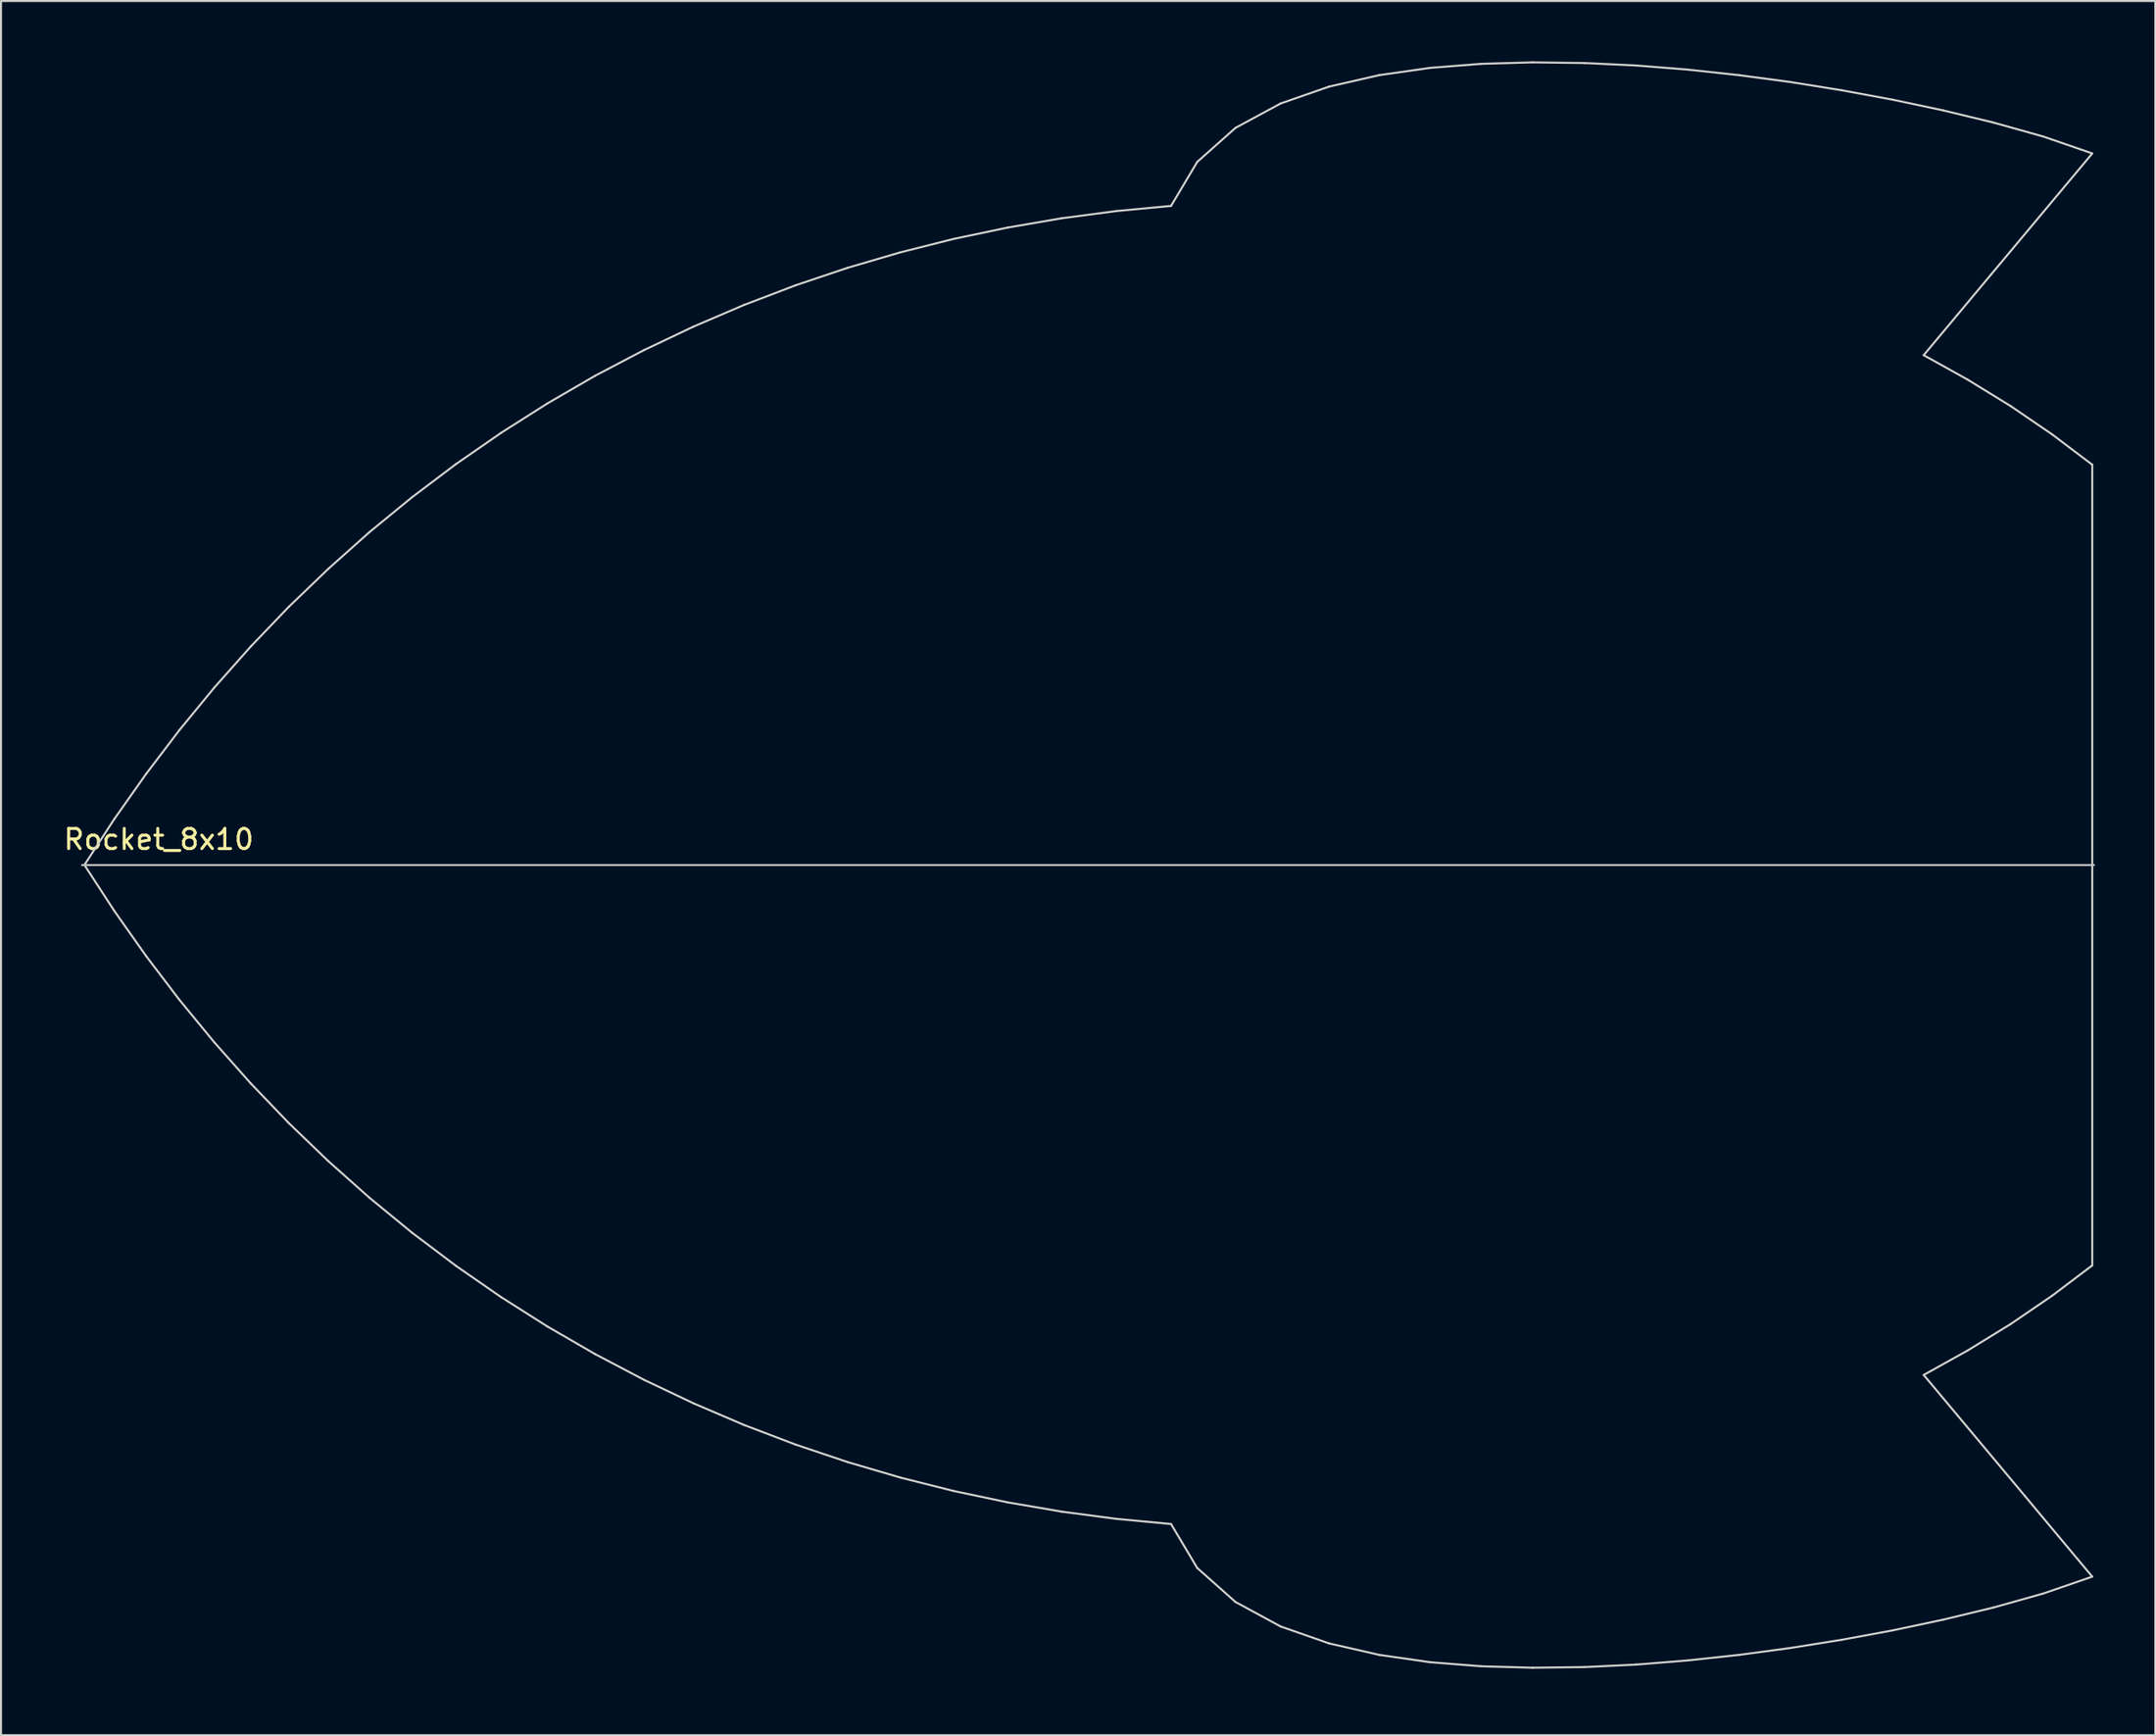
<source format=kicad_pcb>
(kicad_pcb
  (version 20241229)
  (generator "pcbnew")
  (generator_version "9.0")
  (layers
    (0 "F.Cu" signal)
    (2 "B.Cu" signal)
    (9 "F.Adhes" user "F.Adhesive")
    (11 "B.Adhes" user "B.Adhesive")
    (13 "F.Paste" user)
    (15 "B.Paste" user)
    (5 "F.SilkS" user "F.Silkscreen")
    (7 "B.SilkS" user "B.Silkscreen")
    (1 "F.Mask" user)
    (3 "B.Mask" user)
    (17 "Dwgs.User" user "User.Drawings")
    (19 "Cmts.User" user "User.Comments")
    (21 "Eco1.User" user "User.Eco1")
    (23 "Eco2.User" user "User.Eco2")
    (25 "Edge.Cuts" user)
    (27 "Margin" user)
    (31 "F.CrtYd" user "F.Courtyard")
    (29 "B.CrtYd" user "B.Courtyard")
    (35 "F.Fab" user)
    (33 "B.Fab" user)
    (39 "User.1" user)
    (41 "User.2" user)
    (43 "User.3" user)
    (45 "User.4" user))
  (footprint "Rocket_8x10"
    (layer "F.Cu")
    (at 1.029 79.948)
    (property "Reference" "Rocket_8x10" (at 3.81 -41.275 0) (layer "F.SilkS") (effects (font (size 1 1) (thickness 0.15))))
    (attr exclude_from_pos_files exclude_from_bom)
    (fp_line (start 0 -40) (end 100 -40) (stroke (width 0.1) (type solid)) (layer "Dwgs.User"))
    (fp_line (start 0.117 -40.005) (end 1.608 -37.714) (stroke (width 0.1) (type solid)) (layer "Edge.Cuts"))
    (fp_line (start 1.608 -42.296) (end 0.117 -40.005) (stroke (width 0.1) (type solid)) (layer "Edge.Cuts"))
    (fp_line (start 1.608 -37.714) (end 3.183 -35.479) (stroke (width 0.1) (type solid)) (layer "Edge.Cuts"))
    (fp_line (start 3.183 -44.529) (end 1.608 -42.296) (stroke (width 0.1) (type solid)) (layer "Edge.Cuts"))
    (fp_line (start 3.183 -35.479) (end 4.836 -33.304) (stroke (width 0.1) (type solid)) (layer "Edge.Cuts"))
    (fp_line (start 4.836 -46.706) (end 3.183 -44.529) (stroke (width 0.1) (type solid)) (layer "Edge.Cuts"))
    (fp_line (start 4.836 -33.304) (end 6.571 -31.191) (stroke (width 0.1) (type solid)) (layer "Edge.Cuts"))
    (fp_line (start 6.571 -48.819) (end 4.836 -46.706) (stroke (width 0.1) (type solid)) (layer "Edge.Cuts"))
    (fp_line (start 6.571 -31.191) (end 8.385 -29.146) (stroke (width 0.1) (type solid)) (layer "Edge.Cuts"))
    (fp_line (start 8.385 -50.864) (end 6.571 -48.819) (stroke (width 0.1) (type solid)) (layer "Edge.Cuts"))
    (fp_line (start 8.385 -29.146) (end 10.277 -27.173) (stroke (width 0.1) (type solid)) (layer "Edge.Cuts"))
    (fp_line (start 10.277 -52.837) (end 8.385 -50.864) (stroke (width 0.1) (type solid)) (layer "Edge.Cuts"))
    (fp_line (start 10.277 -27.173) (end 12.248 -25.276) (stroke (width 0.1) (type solid)) (layer "Edge.Cuts"))
    (fp_line (start 12.248 -54.732) (end 10.277 -52.837) (stroke (width 0.1) (type solid)) (layer "Edge.Cuts"))
    (fp_line (start 12.248 -25.276) (end 14.29 -23.459) (stroke (width 0.1) (type solid)) (layer "Edge.Cuts"))
    (fp_line (start 14.287 -56.551) (end 12.248 -54.732) (stroke (width 0.1) (type solid)) (layer "Edge.Cuts"))
    (fp_line (start 14.29 -23.459) (end 16.401 -21.727) (stroke (width 0.1) (type solid)) (layer "Edge.Cuts"))
    (fp_line (start 16.401 -58.283) (end 14.287 -56.551) (stroke (width 0.1) (type solid)) (layer "Edge.Cuts"))
    (fp_line (start 16.401 -21.727) (end 18.585 -20.079) (stroke (width 0.1) (type solid)) (layer "Edge.Cuts"))
    (fp_line (start 18.583 -59.929) (end 16.401 -58.283) (stroke (width 0.1) (type solid)) (layer "Edge.Cuts"))
    (fp_line (start 18.585 -20.079) (end 20.831 -18.522) (stroke (width 0.1) (type solid)) (layer "Edge.Cuts"))
    (fp_line (start 20.831 -61.486) (end 18.583 -59.929) (stroke (width 0.1) (type solid)) (layer "Edge.Cuts"))
    (fp_line (start 20.831 -18.522) (end 23.139 -17.059) (stroke (width 0.1) (type solid)) (layer "Edge.Cuts"))
    (fp_line (start 23.139 -62.951) (end 20.831 -61.486) (stroke (width 0.1) (type solid)) (layer "Edge.Cuts"))
    (fp_line (start 23.139 -17.059) (end 25.504 -15.69) (stroke (width 0.1) (type solid)) (layer "Edge.Cuts"))
    (fp_line (start 25.504 -64.323) (end 23.139 -62.951) (stroke (width 0.1) (type solid)) (layer "Edge.Cuts"))
    (fp_line (start 25.504 -15.69) (end 27.925 -14.417) (stroke (width 0.1) (type solid)) (layer "Edge.Cuts"))
    (fp_line (start 27.925 -65.593) (end 25.504 -64.323) (stroke (width 0.1) (type solid)) (layer "Edge.Cuts"))
    (fp_line (start 27.925 -14.417) (end 30.394 -13.244) (stroke (width 0.1) (type solid)) (layer "Edge.Cuts"))
    (fp_line (start 30.394 -66.766) (end 27.925 -65.593) (stroke (width 0.1) (type solid)) (layer "Edge.Cuts"))
    (fp_line (start 30.394 -13.244) (end 32.906 -12.169) (stroke (width 0.1) (type solid)) (layer "Edge.Cuts"))
    (fp_line (start 32.906 -67.841) (end 30.394 -66.766) (stroke (width 0.1) (type solid)) (layer "Edge.Cuts"))
    (fp_line (start 32.906 -12.169) (end 35.461 -11.196) (stroke (width 0.1) (type solid)) (layer "Edge.Cuts"))
    (fp_line (start 35.461 -68.816) (end 32.906 -67.841) (stroke (width 0.1) (type solid)) (layer "Edge.Cuts"))
    (fp_line (start 35.461 -11.196) (end 38.052 -10.325) (stroke (width 0.1) (type solid)) (layer "Edge.Cuts"))
    (fp_line (start 38.052 -69.687) (end 35.461 -68.816) (stroke (width 0.1) (type solid)) (layer "Edge.Cuts"))
    (fp_line (start 38.052 -10.325) (end 40.673 -9.555) (stroke (width 0.1) (type solid)) (layer "Edge.Cuts"))
    (fp_line (start 40.673 -70.455) (end 38.052 -69.687) (stroke (width 0.1) (type solid)) (layer "Edge.Cuts"))
    (fp_line (start 40.673 -9.555) (end 43.325 -8.887) (stroke (width 0.1) (type solid)) (layer "Edge.Cuts"))
    (fp_line (start 43.325 -71.123) (end 40.673 -70.455) (stroke (width 0.1) (type solid)) (layer "Edge.Cuts"))
    (fp_line (start 43.325 -8.887) (end 45.999 -8.324) (stroke (width 0.1) (type solid)) (layer "Edge.Cuts"))
    (fp_line (start 45.999 -71.686) (end 43.325 -71.123) (stroke (width 0.1) (type solid)) (layer "Edge.Cuts"))
    (fp_line (start 45.999 -8.324) (end 48.694 -7.861) (stroke (width 0.1) (type solid)) (layer "Edge.Cuts"))
    (fp_line (start 48.694 -72.149) (end 45.999 -71.686) (stroke (width 0.1) (type solid)) (layer "Edge.Cuts"))
    (fp_line (start 48.694 -7.861) (end 51.405 -7.503) (stroke (width 0.1) (type solid)) (layer "Edge.Cuts"))
    (fp_line (start 51.405 -72.507) (end 48.694 -72.149) (stroke (width 0.1) (type solid)) (layer "Edge.Cuts"))
    (fp_line (start 51.405 -7.503) (end 54.127 -7.247) (stroke (width 0.1) (type solid)) (layer "Edge.Cuts"))
    (fp_line (start 54.127 -72.763) (end 51.405 -72.507) (stroke (width 0.1) (type solid)) (layer "Edge.Cuts"))
    (fp_line (start 54.127 -7.247) (end 55.428 -5.062) (stroke (width 0.1) (type solid)) (layer "Edge.Cuts"))
    (fp_line (start 55.428 -74.95) (end 54.127 -72.763) (stroke (width 0.1) (type solid)) (layer "Edge.Cuts"))
    (fp_line (start 55.428 -5.062) (end 57.33 -3.371) (stroke (width 0.1) (type solid)) (layer "Edge.Cuts"))
    (fp_line (start 57.33 -76.642) (end 55.428 -74.95) (stroke (width 0.1) (type solid)) (layer "Edge.Cuts"))
    (fp_line (start 57.33 -3.371) (end 59.573 -2.154) (stroke (width 0.1) (type solid)) (layer "Edge.Cuts"))
    (fp_line (start 59.573 -77.854) (end 57.33 -76.642) (stroke (width 0.1) (type solid)) (layer "Edge.Cuts"))
    (fp_line (start 59.573 -2.154) (end 61.984 -1.311) (stroke (width 0.1) (type solid)) (layer "Edge.Cuts"))
    (fp_line (start 61.984 -78.694) (end 59.573 -77.854) (stroke (width 0.1) (type solid)) (layer "Edge.Cuts"))
    (fp_line (start 61.984 -1.311) (end 64.473 -0.742) (stroke (width 0.1) (type solid)) (layer "Edge.Cuts"))
    (fp_line (start 64.473 -79.263) (end 61.984 -78.694) (stroke (width 0.1) (type solid)) (layer "Edge.Cuts"))
    (fp_line (start 64.473 -0.742) (end 67 -0.378) (stroke (width 0.1) (type solid)) (layer "Edge.Cuts"))
    (fp_line (start 67 -0.378) (end 69.548 -0.175) (stroke (width 0.1) (type solid)) (layer "Edge.Cuts"))
    (fp_line (start 67.003 -79.624) (end 64.473 -79.263) (stroke (width 0.1) (type solid)) (layer "Edge.Cuts"))
    (fp_line (start 69.548 -79.825) (end 67.003 -79.624) (stroke (width 0.1) (type solid)) (layer "Edge.Cuts"))
    (fp_line (start 69.548 -0.175) (end 72.1 -0.104) (stroke (width 0.1) (type solid)) (layer "Edge.Cuts"))
    (fp_line (start 72.1 -79.898) (end 69.548 -79.825) (stroke (width 0.1) (type solid)) (layer "Edge.Cuts"))
    (fp_line (start 72.1 -0.104) (end 74.673 -0.135) (stroke (width 0.1) (type solid)) (layer "Edge.Cuts"))
    (fp_line (start 74.673 -79.865) (end 72.1 -79.898) (stroke (width 0.1) (type solid)) (layer "Edge.Cuts"))
    (fp_line (start 74.673 -0.135) (end 77.244 -0.259) (stroke (width 0.1) (type solid)) (layer "Edge.Cuts"))
    (fp_line (start 77.244 -79.743) (end 74.673 -79.865) (stroke (width 0.1) (type solid)) (layer "Edge.Cuts"))
    (fp_line (start 77.244 -0.259) (end 79.807 -0.465) (stroke (width 0.1) (type solid)) (layer "Edge.Cuts"))
    (fp_line (start 79.807 -79.538) (end 77.244 -79.743) (stroke (width 0.1) (type solid)) (layer "Edge.Cuts"))
    (fp_line (start 79.807 -0.465) (end 82.367 -0.742) (stroke (width 0.1) (type solid)) (layer "Edge.Cuts"))
    (fp_line (start 82.367 -79.261) (end 79.807 -79.538) (stroke (width 0.1) (type solid)) (layer "Edge.Cuts"))
    (fp_line (start 82.367 -0.742) (end 84.917 -1.085) (stroke (width 0.1) (type solid)) (layer "Edge.Cuts"))
    (fp_line (start 84.917 -78.92) (end 82.367 -79.261) (stroke (width 0.1) (type solid)) (layer "Edge.Cuts"))
    (fp_line (start 84.917 -1.085) (end 87.457 -1.491) (stroke (width 0.1) (type solid)) (layer "Edge.Cuts"))
    (fp_line (start 87.457 -1.491) (end 89.987 -1.958) (stroke (width 0.1) (type solid)) (layer "Edge.Cuts"))
    (fp_line (start 87.46 -78.511) (end 84.917 -78.92) (stroke (width 0.1) (type solid)) (layer "Edge.Cuts"))
    (fp_line (start 89.987 -1.958) (end 92.504 -2.492) (stroke (width 0.1) (type solid)) (layer "Edge.Cuts"))
    (fp_line (start 89.99 -78.044) (end 87.46 -78.511) (stroke (width 0.1) (type solid)) (layer "Edge.Cuts"))
    (fp_line (start 91.537 -65.344) (end 93.213 -67.351) (stroke (width 0.1) (type solid)) (layer "Edge.Cuts"))
    (fp_line (start 91.537 -14.656) (end 93.723 -15.872) (stroke (width 0.1) (type solid)) (layer "Edge.Cuts"))
    (fp_line (start 92.504 -77.511) (end 89.99 -78.044) (stroke (width 0.1) (type solid)) (layer "Edge.Cuts"))
    (fp_line (start 92.504 -2.492) (end 95.006 -3.096) (stroke (width 0.1) (type solid)) (layer "Edge.Cuts"))
    (fp_line (start 93.213 -67.351) (end 94.889 -69.357) (stroke (width 0.1) (type solid)) (layer "Edge.Cuts"))
    (fp_line (start 93.723 -64.127) (end 91.537 -65.344) (stroke (width 0.1) (type solid)) (layer "Edge.Cuts"))
    (fp_line (start 93.723 -15.872) (end 95.855 -17.183) (stroke (width 0.1) (type solid)) (layer "Edge.Cuts"))
    (fp_line (start 94.889 -69.357) (end 99.916 -75.372) (stroke (width 0.1) (type solid)) (layer "Edge.Cuts"))
    (fp_line (start 95.006 -76.906) (end 92.504 -77.511) (stroke (width 0.1) (type solid)) (layer "Edge.Cuts"))
    (fp_line (start 95.006 -3.096) (end 97.485 -3.792) (stroke (width 0.1) (type solid)) (layer "Edge.Cuts"))
    (fp_line (start 95.855 -62.817) (end 93.723 -64.127) (stroke (width 0.1) (type solid)) (layer "Edge.Cuts"))
    (fp_line (start 95.855 -17.183) (end 97.92 -18.593) (stroke (width 0.1) (type solid)) (layer "Edge.Cuts"))
    (fp_line (start 96.566 -8.641) (end 91.537 -14.656) (stroke (width 0.1) (type solid)) (layer "Edge.Cuts"))
    (fp_line (start 97.485 -76.21) (end 95.006 -76.906) (stroke (width 0.1) (type solid)) (layer "Edge.Cuts"))
    (fp_line (start 97.485 -3.792) (end 99.916 -4.63) (stroke (width 0.1) (type solid)) (layer "Edge.Cuts"))
    (fp_line (start 97.92 -61.407) (end 95.855 -62.817) (stroke (width 0.1) (type solid)) (layer "Edge.Cuts"))
    (fp_line (start 97.92 -18.593) (end 99.916 -20.102) (stroke (width 0.1) (type solid)) (layer "Edge.Cuts"))
    (fp_line (start 98.24 -6.634) (end 96.566 -8.641) (stroke (width 0.1) (type solid)) (layer "Edge.Cuts"))
    (fp_line (start 99.916 -75.372) (end 97.485 -76.21) (stroke (width 0.1) (type solid)) (layer "Edge.Cuts"))
    (fp_line (start 99.916 -59.898) (end 97.92 -61.407) (stroke (width 0.1) (type solid)) (layer "Edge.Cuts"))
    (fp_line (start 99.916 -20.102) (end 99.916 -59.898) (stroke (width 0.1) (type solid)) (layer "Edge.Cuts"))
    (fp_line (start 99.916 -4.63) (end 98.24 -6.634) (stroke (width 0.1) (type solid)) (layer "Edge.Cuts")))
  (gr_rect
    (start -3 -3)
    (end 104.079 83.198)
    (stroke (width 0.1) (type default))
    (fill no)
    (layer "Edge.Cuts")))
</source>
